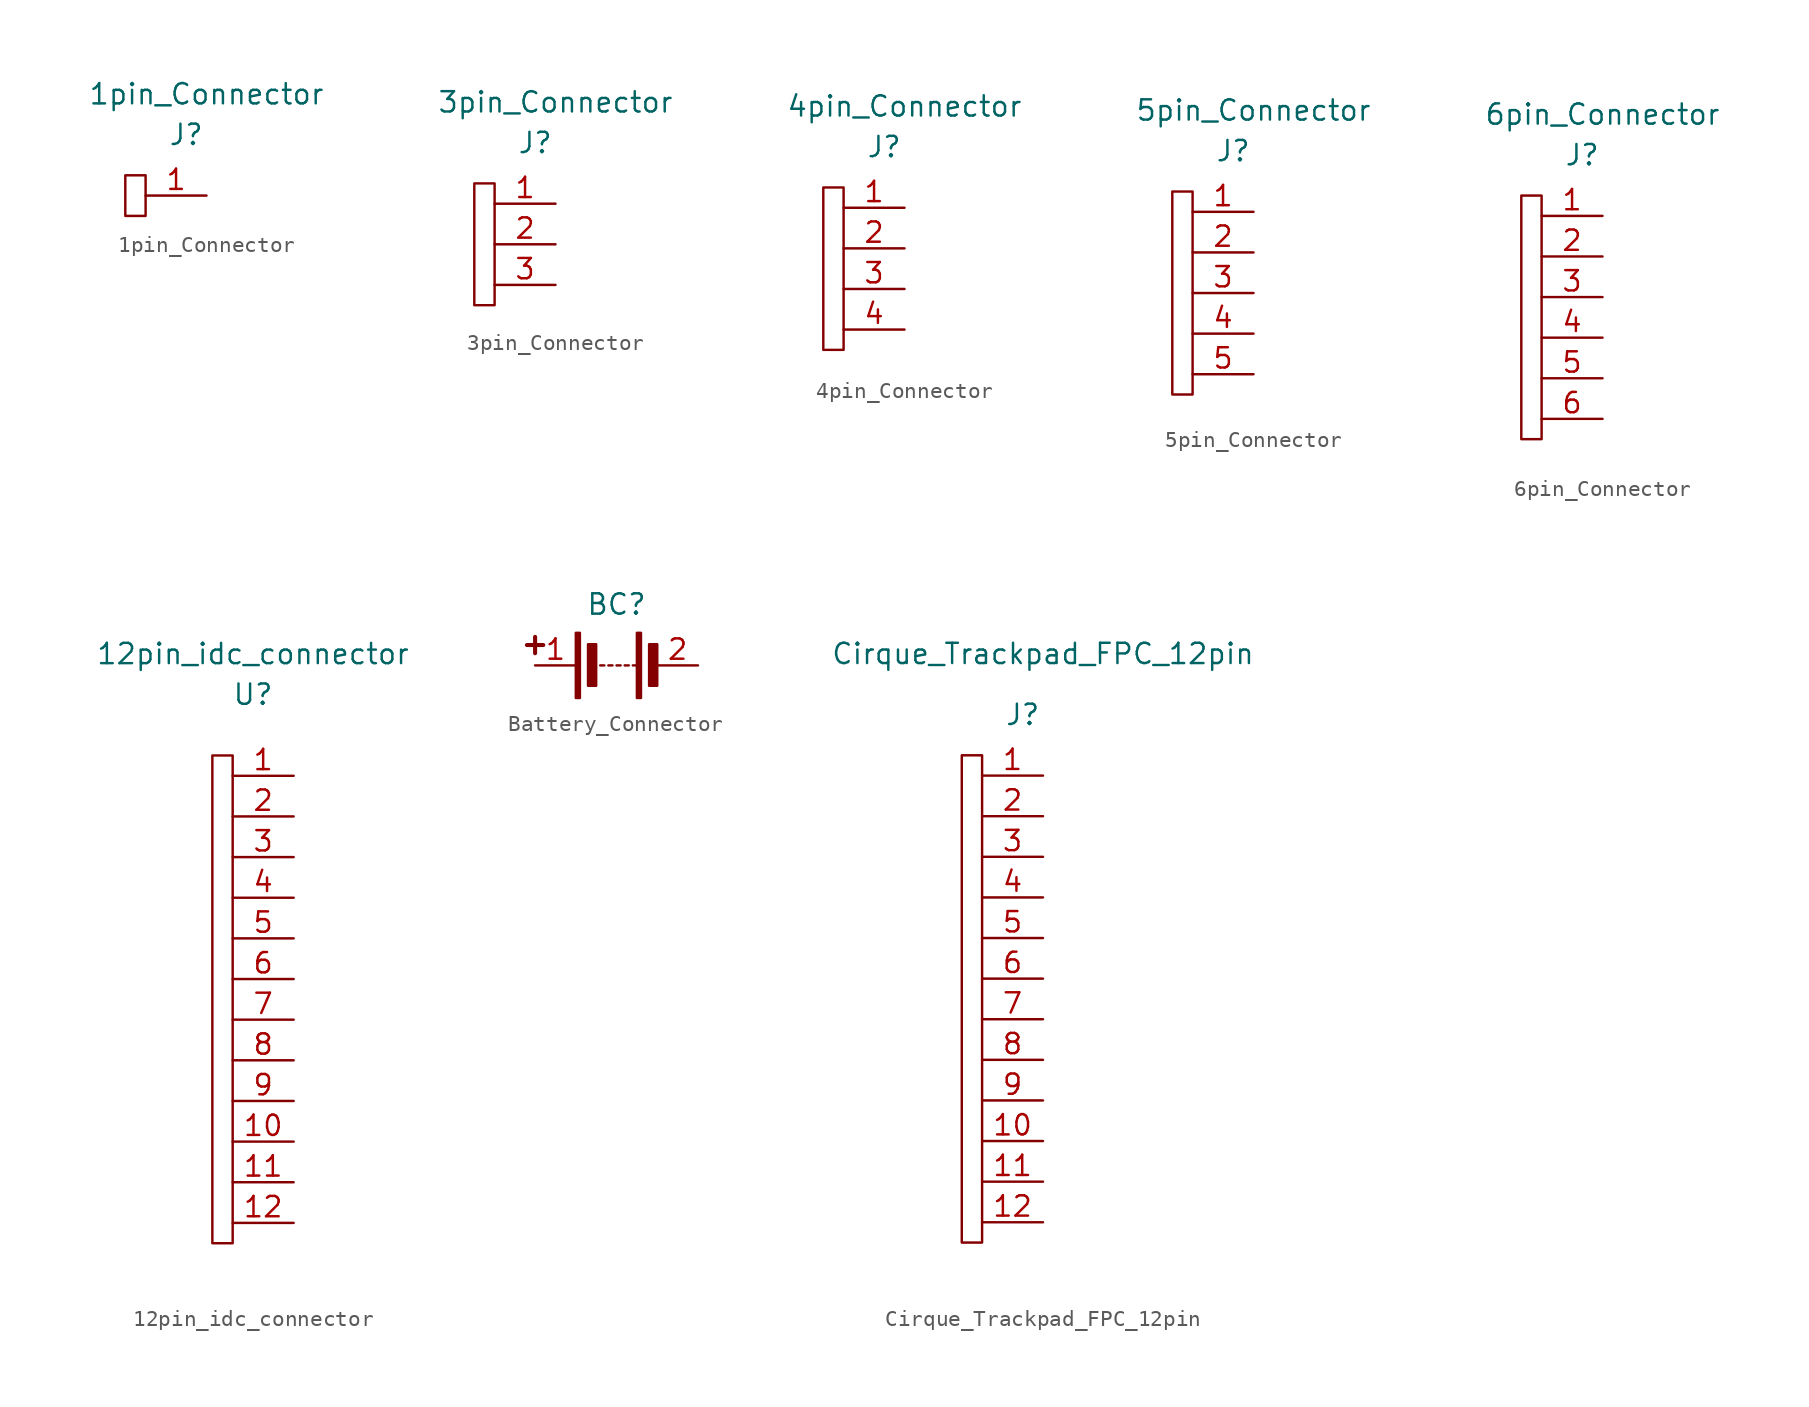
<source format=kicad_sym>
(kicad_symbol_lib
  (version 20220914)
  (generator kicad_symbol_editor)
  (symbol "1pin_Connector"
    (property "Reference" "J"
      (at 0 3.81 0)
      (effects (font (size 1.27 1.27))))
    (property "Value" "1pin_Connector"
      (at 1.27 6.35 0)
      (effects (font (size 1.27 1.27))))
    (symbol "1pin_Connector_0_1"
      (rectangle (start -3.81 1.27) (end -2.54 -1.27) (stroke (width 0) (type default)) (fill (type none))))
    (symbol "1pin_Connector_1_1"
      (pin passive line (at 1.27 0 180) (length 3.81) (name "" (effects (font (size 1.27 1.27)))) (number "1" (effects (font (size 1.27 1.27)))))))
  (symbol "3pin_Connector"
    (property "Reference" "J"
      (at 0 6.35 0)
      (effects (font (size 1.27 1.27))))
    (property "Value" "3pin_Connector"
      (at 1.27 8.89 0)
      (effects (font (size 1.27 1.27))))
    (symbol "3pin_Connector_0_1"
      (rectangle (start -3.81 3.81) (end -2.54 -3.81) (stroke (width 0) (type default)) (fill (type none))))
    (symbol "3pin_Connector_1_1"
      (pin passive line (at 1.27 2.54 180) (length 3.81) (name "" (effects (font (size 1.27 1.27)))) (number "1" (effects (font (size 1.27 1.27)))))
      (pin passive line (at 1.27 0 180) (length 3.81) (name "" (effects (font (size 1.27 1.27)))) (number "2" (effects (font (size 1.27 1.27)))))
      (pin passive line (at 1.27 -2.54 180) (length 3.81) (name "" (effects (font (size 1.27 1.27)))) (number "3" (effects (font (size 1.27 1.27)))))))
  (symbol "4pin_Connector"
    (property "Reference" "J"
      (at 0 7.62 0)
      (effects (font (size 1.27 1.27))))
    (property "Value" "4pin_Connector"
      (at 1.27 10.16 0)
      (effects (font (size 1.27 1.27))))
    (symbol "4pin_Connector_0_1"
      (rectangle (start -3.81 5.08) (end -2.54 -5.08) (stroke (width 0) (type default)) (fill (type none))))
    (symbol "4pin_Connector_1_1"
      (pin passive line (at 1.27 3.81 180) (length 3.81) (name "" (effects (font (size 1.27 1.27)))) (number "1" (effects (font (size 1.27 1.27)))))
      (pin passive line (at 1.27 1.27 180) (length 3.81) (name "" (effects (font (size 1.27 1.27)))) (number "2" (effects (font (size 1.27 1.27)))))
      (pin passive line (at 1.27 -1.27 180) (length 3.81) (name "" (effects (font (size 1.27 1.27)))) (number "3" (effects (font (size 1.27 1.27)))))
      (pin passive line (at 1.27 -3.81 180) (length 3.81) (name "" (effects (font (size 1.27 1.27)))) (number "4" (effects (font (size 1.27 1.27)))))))
  (symbol "5pin_Connector"
    (property "Reference" "J"
      (at 0 7.62 0)
      (effects (font (size 1.27 1.27))))
    (property "Value" "5pin_Connector"
      (at 1.27 10.16 0)
      (effects (font (size 1.27 1.27))))
    (symbol "5pin_Connector_0_1"
      (rectangle (start -3.81 5.08) (end -2.54 -7.62) (stroke (width 0) (type default)) (fill (type none))))
    (symbol "5pin_Connector_1_1"
      (pin passive line (at 1.27 3.81 180) (length 3.81) (name "" (effects (font (size 1.27 1.27)))) (number "1" (effects (font (size 1.27 1.27)))))
      (pin passive line (at 1.27 1.27 180) (length 3.81) (name "" (effects (font (size 1.27 1.27)))) (number "2" (effects (font (size 1.27 1.27)))))
      (pin passive line (at 1.27 -1.27 180) (length 3.81) (name "" (effects (font (size 1.27 1.27)))) (number "3" (effects (font (size 1.27 1.27)))))
      (pin passive line (at 1.27 -3.81 180) (length 3.81) (name "" (effects (font (size 1.27 1.27)))) (number "4" (effects (font (size 1.27 1.27)))))
      (pin passive line (at 1.27 -6.35 180) (length 3.81) (name "" (effects (font (size 1.27 1.27)))) (number "5" (effects (font (size 1.27 1.27)))))))
  (symbol "6pin_Connector"
    (property "Reference" "J"
      (at 0 8.89 0)
      (effects (font (size 1.27 1.27))))
    (property "Value" "6pin_Connector"
      (at 1.27 11.43 0)
      (effects (font (size 1.27 1.27))))
    (symbol "6pin_Connector_0_1"
      (rectangle (start -3.81 6.35) (end -2.54 -8.89) (stroke (width 0) (type default)) (fill (type none))))
    (symbol "6pin_Connector_1_1"
      (pin passive line (at 1.27 5.08 180) (length 3.81) (name "" (effects (font (size 1.27 1.27)))) (number "1" (effects (font (size 1.27 1.27)))))
      (pin passive line (at 1.27 2.54 180) (length 3.81) (name "" (effects (font (size 1.27 1.27)))) (number "2" (effects (font (size 1.27 1.27)))))
      (pin passive line (at 1.27 0 180) (length 3.81) (name "" (effects (font (size 1.27 1.27)))) (number "3" (effects (font (size 1.27 1.27)))))
      (pin passive line (at 1.27 -2.54 180) (length 3.81) (name "" (effects (font (size 1.27 1.27)))) (number "4" (effects (font (size 1.27 1.27)))))
      (pin passive line (at 1.27 -5.08 180) (length 3.81) (name "" (effects (font (size 1.27 1.27)))) (number "5" (effects (font (size 1.27 1.27)))))
      (pin passive line (at 1.27 -7.62 180) (length 3.81) (name "" (effects (font (size 1.27 1.27)))) (number "6" (effects (font (size 1.27 1.27)))))))
  (symbol "12pin_idc_connector"
    (property "Reference" "U"
      (at 0 17.78 0)
      (effects (font (size 1.27 1.27))))
    (property "Value" "12pin_idc_connector"
      (at 0 20.32 0)
      (effects (font (size 1.27 1.27))))
    (symbol "12pin_idc_connector_0_1"
      (rectangle (start -2.54 13.97) (end -1.27 -16.51) (stroke (width 0) (type default)) (fill (type none))))
    (symbol "12pin_idc_connector_1_1"
      (pin passive line (at 2.54 12.7 180) (length 3.81) (name "" (effects (font (size 1.27 1.27)))) (number "1" (effects (font (size 1.27 1.27)))))
      (pin passive line (at 2.54 -10.16 180) (length 3.81) (name "" (effects (font (size 1.27 1.27)))) (number "10" (effects (font (size 1.27 1.27)))))
      (pin passive line (at 2.54 -12.7 180) (length 3.81) (name "" (effects (font (size 1.27 1.27)))) (number "11" (effects (font (size 1.27 1.27)))))
      (pin passive line (at 2.54 -15.24 180) (length 3.81) (name "" (effects (font (size 1.27 1.27)))) (number "12" (effects (font (size 1.27 1.27)))))
      (pin passive line (at 2.54 10.16 180) (length 3.81) (name "" (effects (font (size 1.27 1.27)))) (number "2" (effects (font (size 1.27 1.27)))))
      (pin passive line (at 2.54 7.62 180) (length 3.81) (name "" (effects (font (size 1.27 1.27)))) (number "3" (effects (font (size 1.27 1.27)))))
      (pin passive line (at 2.54 5.08 180) (length 3.81) (name "" (effects (font (size 1.27 1.27)))) (number "4" (effects (font (size 1.27 1.27)))))
      (pin passive line (at 2.54 2.54 180) (length 3.81) (name "" (effects (font (size 1.27 1.27)))) (number "5" (effects (font (size 1.27 1.27)))))
      (pin passive line (at 2.54 0 180) (length 3.81) (name "" (effects (font (size 1.27 1.27)))) (number "6" (effects (font (size 1.27 1.27)))))
      (pin passive line (at 2.54 -2.54 180) (length 3.81) (name "" (effects (font (size 1.27 1.27)))) (number "7" (effects (font (size 1.27 1.27)))))
      (pin passive line (at 2.54 -5.08 180) (length 3.81) (name "" (effects (font (size 1.27 1.27)))) (number "8" (effects (font (size 1.27 1.27)))))
      (pin passive line (at 2.54 -7.62 180) (length 3.81) (name "" (effects (font (size 1.27 1.27)))) (number "9" (effects (font (size 1.27 1.27)))))))
  (symbol "Battery_Connector"
    (property "Reference" "BC"
      (at 0 3.81 0)
      (effects (font (size 1.27 1.27))))
    (symbol "Battery_Connector_0_1"
      (rectangle (start -2.54 -2.032) (end -2.286 2.032) (stroke (width 0) (type default)) (fill (type outline)))
      (rectangle (start -1.778 -1.27) (end -1.27 1.321) (stroke (width 0) (type default)) (fill (type outline)))
      (polyline (pts (xy -5.588 1.27) (xy -4.572 1.27)) (stroke (width 0.254) (type default)) (fill (type none)))
      (polyline (pts (xy -5.08 0.762) (xy -5.08 1.778)) (stroke (width 0.254) (type default)) (fill (type none)))
      (polyline (pts (xy -0.762 0) (xy -1.016 0)) (stroke (width 0) (type default)) (fill (type none)))
      (polyline (pts (xy -0.254 0) (xy -0.508 0)) (stroke (width 0) (type default)) (fill (type none)))
      (polyline (pts (xy 0.254 0) (xy 0 0)) (stroke (width 0) (type default)) (fill (type none)))
      (polyline (pts (xy 0.762 0) (xy 0.508 0)) (stroke (width 0) (type default)) (fill (type none)))
      (polyline (pts (xy 1.27 0) (xy 1.016 0)) (stroke (width 0) (type default)) (fill (type none)))
      (rectangle (start 1.27 -2.032) (end 1.524 2.032) (stroke (width 0) (type default)) (fill (type outline)))
      (rectangle (start 2.032 -1.27) (end 2.54 1.321) (stroke (width 0) (type default)) (fill (type outline))))
    (symbol "Battery_Connector_1_1"
      (pin passive line (at -5.08 0 0) (length 2.54) (name "" (effects (font (size 1.27 1.27)))) (number "1" (effects (font (size 1.27 1.27)))))
      (pin passive line (at 5.08 0 180) (length 2.54) (name "" (effects (font (size 1.27 1.27)))) (number "2" (effects (font (size 1.27 1.27)))))))
  (symbol "Cirque_Trackpad_FPC_12pin"
    (property "Reference" "J"
      (at 0 16.51 0)
      (effects (font (size 1.27 1.27))))
    (property "Value" "Cirque_Trackpad_FPC_12pin"
      (at 1.27 20.32 0)
      (effects (font (size 1.27 1.27))))
    (symbol "Cirque_Trackpad_FPC_12pin_0_1"
      (rectangle (start -3.81 13.97) (end -2.54 -16.51) (stroke (width 0) (type default)) (fill (type none))))
    (symbol "Cirque_Trackpad_FPC_12pin_1_1"
      (pin passive line (at 1.27 12.7 180) (length 3.81) (name "" (effects (font (size 1.27 1.27)))) (number "1" (effects (font (size 1.27 1.27)))))
      (pin passive line (at 1.27 -10.16 180) (length 3.81) (name "" (effects (font (size 1.27 1.27)))) (number "10" (effects (font (size 1.27 1.27)))))
      (pin passive line (at 1.27 -12.7 180) (length 3.81) (name "" (effects (font (size 1.27 1.27)))) (number "11" (effects (font (size 1.27 1.27)))))
      (pin passive line (at 1.27 -15.24 180) (length 3.81) (name "" (effects (font (size 1.27 1.27)))) (number "12" (effects (font (size 1.27 1.27)))))
      (pin passive line (at 1.27 10.16 180) (length 3.81) (name "" (effects (font (size 1.27 1.27)))) (number "2" (effects (font (size 1.27 1.27)))))
      (pin passive line (at 1.27 7.62 180) (length 3.81) (name "" (effects (font (size 1.27 1.27)))) (number "3" (effects (font (size 1.27 1.27)))))
      (pin passive line (at 1.27 5.08 180) (length 3.81) (name "" (effects (font (size 1.27 1.27)))) (number "4" (effects (font (size 1.27 1.27)))))
      (pin passive line (at 1.27 2.54 180) (length 3.81) (name "" (effects (font (size 1.27 1.27)))) (number "5" (effects (font (size 1.27 1.27)))))
      (pin passive line (at 1.27 0 180) (length 3.81) (name "" (effects (font (size 1.27 1.27)))) (number "6" (effects (font (size 1.27 1.27)))))
      (pin passive line (at 1.27 -2.54 180) (length 3.81) (name "" (effects (font (size 1.27 1.27)))) (number "7" (effects (font (size 1.27 1.27)))))
      (pin passive line (at 1.27 -5.08 180) (length 3.81) (name "" (effects (font (size 1.27 1.27)))) (number "8" (effects (font (size 1.27 1.27)))))
      (pin passive line (at 1.27 -7.62 180) (length 3.81) (name "" (effects (font (size 1.27 1.27)))) (number "9" (effects (font (size 1.27 1.27))))))))
</source>
